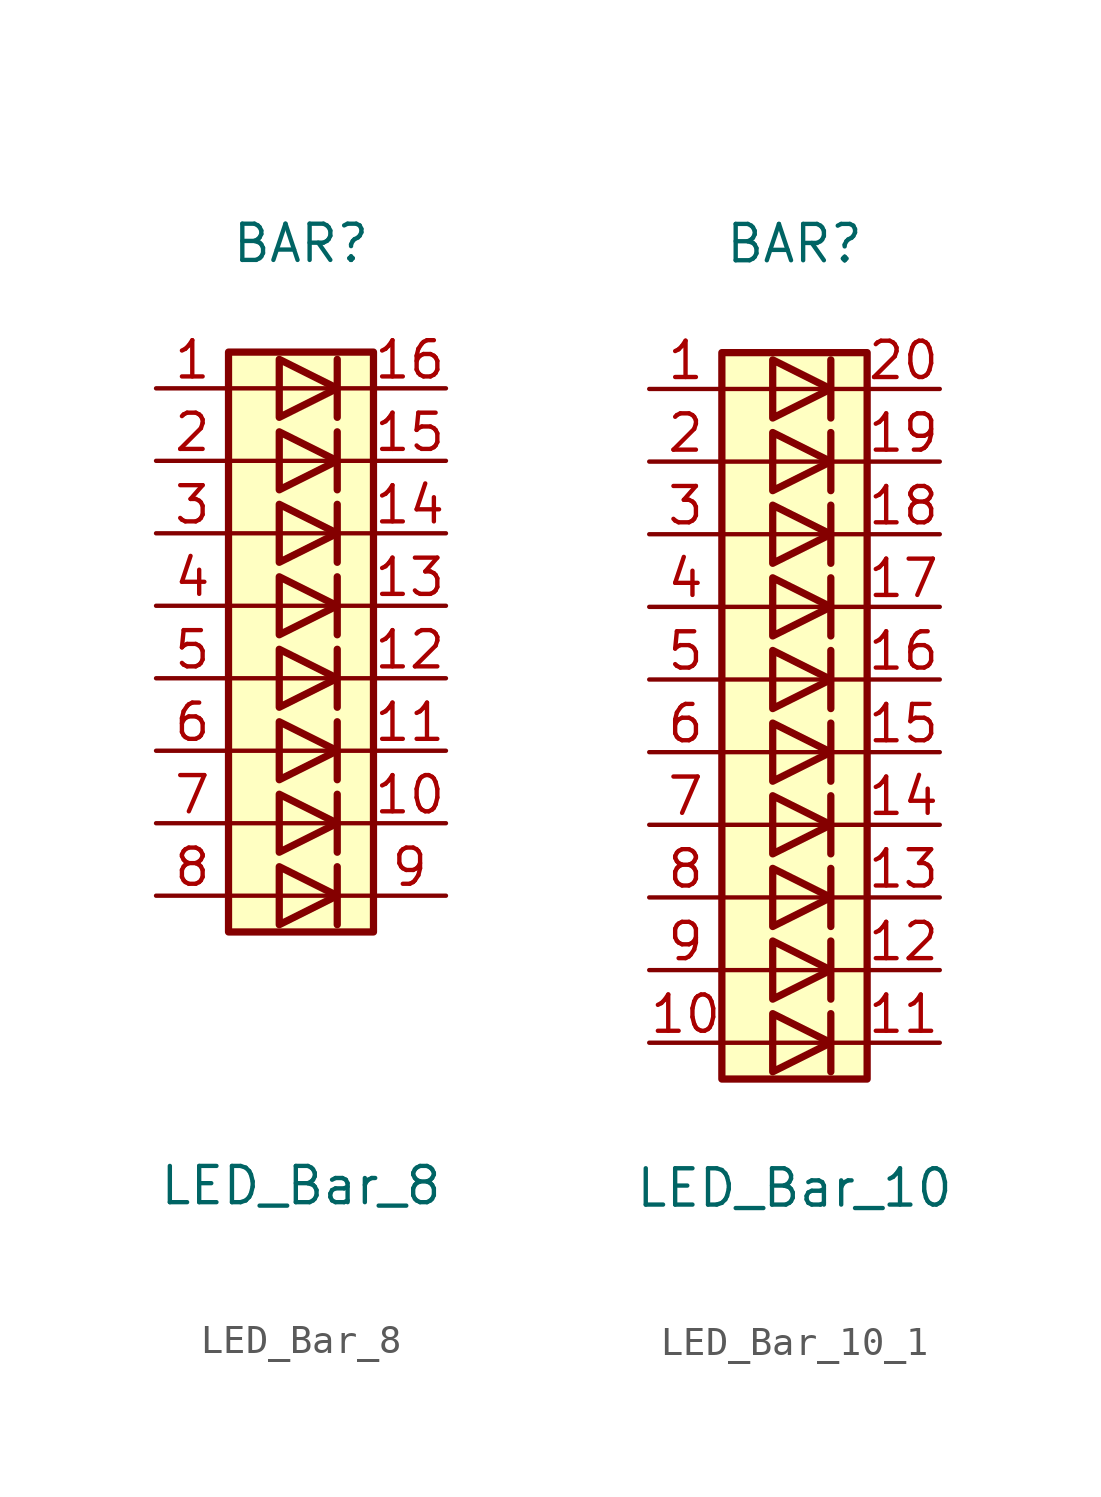
<source format=kicad_sym>
(kicad_symbol_lib
  (version 20241209)
  (generator "kicad_symbol_editor")
  (generator_version "9.0")
  (symbol "LED_Bar_8"
    (pin_names
      (offset 1.016)
      (hide yes))
    (property "Reference" "BAR"
      (at 0 15.24 0)
      (effects (font (size 1.27 1.27))))
    (property "Value" "LED_Bar_8"
      (at 0 -17.78 0)
      (effects (font (size 1.27 1.27))))
    (symbol "LED_Bar_8_0_1"
      (rectangle (start -2.54 11.43) (end 2.54 -8.89) (stroke (width 0.254) (type default)) (fill (type background)))
      (polyline (pts (xy -2.54 10.16) (xy 2.54 10.16)) (stroke (width 0) (type default)) (fill (type none)))
      (polyline (pts (xy -2.54 7.62) (xy 2.54 7.62)) (stroke (width 0) (type default)) (fill (type none)))
      (polyline (pts (xy -2.54 5.08) (xy 2.54 5.08)) (stroke (width 0) (type default)) (fill (type none)))
      (polyline (pts (xy -2.54 0) (xy 2.54 0)) (stroke (width 0) (type default)) (fill (type none)))
      (polyline (pts (xy -2.54 -5.08) (xy 2.54 -5.08)) (stroke (width 0) (type default)) (fill (type none)))
      (polyline (pts (xy -2.54 -7.62) (xy 2.54 -7.62)) (stroke (width 0) (type default)) (fill (type none)))
      (polyline (pts (xy -0.762 11.176) (xy -0.762 9.144) (xy 1.27 10.16) (xy -0.762 11.176)) (stroke (width 0.254) (type default)) (fill (type none)))
      (polyline (pts (xy -0.762 8.636) (xy -0.762 6.604) (xy 1.27 7.62) (xy -0.762 8.636)) (stroke (width 0.254) (type default)) (fill (type none)))
      (polyline (pts (xy -0.762 6.096) (xy -0.762 4.064) (xy 1.27 5.08) (xy -0.762 6.096)) (stroke (width 0.254) (type default)) (fill (type none)))
      (polyline (pts (xy -0.762 3.556) (xy -0.762 1.524) (xy 1.27 2.54) (xy -0.762 3.556)) (stroke (width 0.254) (type default)) (fill (type none)))
      (polyline (pts (xy -0.762 1.016) (xy -0.762 -1.016) (xy 1.27 0) (xy -0.762 1.016)) (stroke (width 0.254) (type default)) (fill (type none)))
      (polyline (pts (xy -0.762 -1.524) (xy -0.762 -3.556) (xy 1.27 -2.54) (xy -0.762 -1.524)) (stroke (width 0.254) (type default)) (fill (type none)))
      (polyline (pts (xy -0.762 -4.064) (xy -0.762 -6.096) (xy 1.27 -5.08) (xy -0.762 -4.064)) (stroke (width 0.254) (type default)) (fill (type none)))
      (polyline (pts (xy -0.762 -6.604) (xy -0.762 -8.636) (xy 1.27 -7.62) (xy -0.762 -6.604)) (stroke (width 0.254) (type default)) (fill (type none)))
      (polyline (pts (xy 1.27 11.176) (xy 1.27 9.144)) (stroke (width 0.254) (type default)) (fill (type none)))
      (polyline (pts (xy 1.27 8.636) (xy 1.27 6.604)) (stroke (width 0.254) (type default)) (fill (type none)))
      (polyline (pts (xy 1.27 6.096) (xy 1.27 4.064)) (stroke (width 0.254) (type default)) (fill (type none)))
      (polyline (pts (xy 1.27 3.556) (xy 1.27 1.524)) (stroke (width 0.254) (type default)) (fill (type none)))
      (polyline (pts (xy 1.27 1.016) (xy 1.27 -1.016)) (stroke (width 0.254) (type default)) (fill (type none)))
      (polyline (pts (xy 1.27 -1.524) (xy 1.27 -3.556)) (stroke (width 0.254) (type default)) (fill (type none)))
      (polyline (pts (xy 1.27 -4.064) (xy 1.27 -6.096)) (stroke (width 0.254) (type default)) (fill (type none)))
      (polyline (pts (xy 1.27 -6.604) (xy 1.27 -8.636)) (stroke (width 0.254) (type default)) (fill (type none)))
      (polyline (pts (xy 2.54 2.54) (xy -2.54 2.54)) (stroke (width 0) (type default)) (fill (type none)))
      (polyline (pts (xy 2.54 -2.54) (xy -2.54 -2.54)) (stroke (width 0) (type default)) (fill (type none))))
    (symbol "LED_Bar_8_1_1"
      (pin passive line (at -5.08 10.16 0) (length 2.54) (name "A" (effects (font (size 1.27 1.27)))) (number "1" (effects (font (size 1.27 1.27)))))
      (pin passive line (at -5.08 7.62 0) (length 2.54) (name "A" (effects (font (size 1.27 1.27)))) (number "2" (effects (font (size 1.27 1.27)))))
      (pin passive line (at -5.08 5.08 0) (length 2.54) (name "A" (effects (font (size 1.27 1.27)))) (number "3" (effects (font (size 1.27 1.27)))))
      (pin passive line (at -5.08 2.54 0) (length 2.54) (name "A" (effects (font (size 1.27 1.27)))) (number "4" (effects (font (size 1.27 1.27)))))
      (pin passive line (at -5.08 0 0) (length 2.54) (name "A" (effects (font (size 1.27 1.27)))) (number "5" (effects (font (size 1.27 1.27)))))
      (pin passive line (at -5.08 -2.54 0) (length 2.54) (name "A" (effects (font (size 1.27 1.27)))) (number "6" (effects (font (size 1.27 1.27)))))
      (pin passive line (at -5.08 -5.08 0) (length 2.54) (name "A" (effects (font (size 1.27 1.27)))) (number "7" (effects (font (size 1.27 1.27)))))
      (pin passive line (at -5.08 -7.62 0) (length 2.54) (name "A" (effects (font (size 1.27 1.27)))) (number "8" (effects (font (size 1.27 1.27)))))
      (pin passive line (at 5.08 10.16 180) (length 2.54) (name "K" (effects (font (size 1.27 1.27)))) (number "16" (effects (font (size 1.27 1.27)))))
      (pin passive line (at 5.08 7.62 180) (length 2.54) (name "K" (effects (font (size 1.27 1.27)))) (number "15" (effects (font (size 1.27 1.27)))))
      (pin passive line (at 5.08 5.08 180) (length 2.54) (name "K" (effects (font (size 1.27 1.27)))) (number "14" (effects (font (size 1.27 1.27)))))
      (pin passive line (at 5.08 2.54 180) (length 2.54) (name "K" (effects (font (size 1.27 1.27)))) (number "13" (effects (font (size 1.27 1.27)))))
      (pin passive line (at 5.08 0 180) (length 2.54) (name "K" (effects (font (size 1.27 1.27)))) (number "12" (effects (font (size 1.27 1.27)))))
      (pin passive line (at 5.08 -2.54 180) (length 2.54) (name "K" (effects (font (size 1.27 1.27)))) (number "11" (effects (font (size 1.27 1.27)))))
      (pin passive line (at 5.08 -5.08 180) (length 2.54) (name "K" (effects (font (size 1.27 1.27)))) (number "10" (effects (font (size 1.27 1.27)))))
      (pin passive line (at 5.08 -7.62 180) (length 2.54) (name "K" (effects (font (size 1.27 1.27)))) (number "9" (effects (font (size 1.27 1.27)))))))
  (symbol "LED_Bar_10_1"
    (pin_names
      (offset 1.016)
      (hide yes))
    (property "Reference" "BAR"
      (at 0 15.24 0)
      (effects (font (size 1.27 1.27))))
    (property "Value" "LED_Bar_10"
      (at 0 -17.78 0)
      (effects (font (size 1.27 1.27))))
    (symbol "LED_Bar_10_1_0_1"
      (rectangle (start -2.54 11.43) (end 2.54 -13.97) (stroke (width 0.254) (type default)) (fill (type background)))
      (polyline (pts (xy -2.54 10.16) (xy 2.54 10.16)) (stroke (width 0) (type default)) (fill (type none)))
      (polyline (pts (xy -2.54 7.62) (xy 2.54 7.62)) (stroke (width 0) (type default)) (fill (type none)))
      (polyline (pts (xy -2.54 5.08) (xy 2.54 5.08)) (stroke (width 0) (type default)) (fill (type none)))
      (polyline (pts (xy -2.54 0) (xy 2.54 0)) (stroke (width 0) (type default)) (fill (type none)))
      (polyline (pts (xy -2.54 -5.08) (xy 2.54 -5.08)) (stroke (width 0) (type default)) (fill (type none)))
      (polyline (pts (xy -2.54 -7.62) (xy 2.54 -7.62)) (stroke (width 0) (type default)) (fill (type none)))
      (polyline (pts (xy -2.54 -10.16) (xy 2.54 -10.16)) (stroke (width 0) (type default)) (fill (type none)))
      (polyline (pts (xy -2.54 -12.7) (xy 2.54 -12.7)) (stroke (width 0) (type default)) (fill (type none)))
      (polyline (pts (xy -0.762 11.176) (xy -0.762 9.144) (xy 1.27 10.16) (xy -0.762 11.176)) (stroke (width 0.254) (type default)) (fill (type none)))
      (polyline (pts (xy -0.762 8.636) (xy -0.762 6.604) (xy 1.27 7.62) (xy -0.762 8.636)) (stroke (width 0.254) (type default)) (fill (type none)))
      (polyline (pts (xy -0.762 6.096) (xy -0.762 4.064) (xy 1.27 5.08) (xy -0.762 6.096)) (stroke (width 0.254) (type default)) (fill (type none)))
      (polyline (pts (xy -0.762 3.556) (xy -0.762 1.524) (xy 1.27 2.54) (xy -0.762 3.556)) (stroke (width 0.254) (type default)) (fill (type none)))
      (polyline (pts (xy -0.762 1.016) (xy -0.762 -1.016) (xy 1.27 0) (xy -0.762 1.016)) (stroke (width 0.254) (type default)) (fill (type none)))
      (polyline (pts (xy -0.762 -1.524) (xy -0.762 -3.556) (xy 1.27 -2.54) (xy -0.762 -1.524)) (stroke (width 0.254) (type default)) (fill (type none)))
      (polyline (pts (xy -0.762 -4.064) (xy -0.762 -6.096) (xy 1.27 -5.08) (xy -0.762 -4.064)) (stroke (width 0.254) (type default)) (fill (type none)))
      (polyline (pts (xy -0.762 -6.604) (xy -0.762 -8.636) (xy 1.27 -7.62) (xy -0.762 -6.604)) (stroke (width 0.254) (type default)) (fill (type none)))
      (polyline (pts (xy -0.762 -9.144) (xy -0.762 -11.176) (xy 1.27 -10.16) (xy -0.762 -9.144)) (stroke (width 0.254) (type default)) (fill (type none)))
      (polyline (pts (xy -0.762 -11.684) (xy -0.762 -13.716) (xy 1.27 -12.7) (xy -0.762 -11.684)) (stroke (width 0.254) (type default)) (fill (type none)))
      (polyline (pts (xy 1.27 11.176) (xy 1.27 9.144)) (stroke (width 0.254) (type default)) (fill (type none)))
      (polyline (pts (xy 1.27 8.636) (xy 1.27 6.604)) (stroke (width 0.254) (type default)) (fill (type none)))
      (polyline (pts (xy 1.27 6.096) (xy 1.27 4.064)) (stroke (width 0.254) (type default)) (fill (type none)))
      (polyline (pts (xy 1.27 3.556) (xy 1.27 1.524)) (stroke (width 0.254) (type default)) (fill (type none)))
      (polyline (pts (xy 1.27 1.016) (xy 1.27 -1.016)) (stroke (width 0.254) (type default)) (fill (type none)))
      (polyline (pts (xy 1.27 -1.524) (xy 1.27 -3.556)) (stroke (width 0.254) (type default)) (fill (type none)))
      (polyline (pts (xy 1.27 -4.064) (xy 1.27 -6.096)) (stroke (width 0.254) (type default)) (fill (type none)))
      (polyline (pts (xy 1.27 -6.604) (xy 1.27 -8.636)) (stroke (width 0.254) (type default)) (fill (type none)))
      (polyline (pts (xy 1.27 -9.144) (xy 1.27 -11.176)) (stroke (width 0.254) (type default)) (fill (type none)))
      (polyline (pts (xy 1.27 -11.684) (xy 1.27 -13.716)) (stroke (width 0.254) (type default)) (fill (type none)))
      (polyline (pts (xy 2.54 2.54) (xy -2.54 2.54)) (stroke (width 0) (type default)) (fill (type none)))
      (polyline (pts (xy 2.54 -2.54) (xy -2.54 -2.54)) (stroke (width 0) (type default)) (fill (type none))))
    (symbol "LED_Bar_10_1_1_1"
      (pin passive line (at -5.08 10.16 0) (length 2.54) (name "A" (effects (font (size 1.27 1.27)))) (number "1" (effects (font (size 1.27 1.27)))))
      (pin passive line (at -5.08 7.62 0) (length 2.54) (name "A" (effects (font (size 1.27 1.27)))) (number "2" (effects (font (size 1.27 1.27)))))
      (pin passive line (at -5.08 5.08 0) (length 2.54) (name "A" (effects (font (size 1.27 1.27)))) (number "3" (effects (font (size 1.27 1.27)))))
      (pin passive line (at -5.08 2.54 0) (length 2.54) (name "A" (effects (font (size 1.27 1.27)))) (number "4" (effects (font (size 1.27 1.27)))))
      (pin passive line (at -5.08 0 0) (length 2.54) (name "A" (effects (font (size 1.27 1.27)))) (number "5" (effects (font (size 1.27 1.27)))))
      (pin passive line (at -5.08 -2.54 0) (length 2.54) (name "A" (effects (font (size 1.27 1.27)))) (number "6" (effects (font (size 1.27 1.27)))))
      (pin passive line (at -5.08 -5.08 0) (length 2.54) (name "A" (effects (font (size 1.27 1.27)))) (number "7" (effects (font (size 1.27 1.27)))))
      (pin passive line (at -5.08 -7.62 0) (length 2.54) (name "A" (effects (font (size 1.27 1.27)))) (number "8" (effects (font (size 1.27 1.27)))))
      (pin passive line (at -5.08 -10.16 0) (length 2.54) (name "A" (effects (font (size 1.27 1.27)))) (number "9" (effects (font (size 1.27 1.27)))))
      (pin passive line (at -5.08 -12.7 0) (length 2.54) (name "A" (effects (font (size 1.27 1.27)))) (number "10" (effects (font (size 1.27 1.27)))))
      (pin passive line (at 5.08 10.16 180) (length 2.54) (name "K" (effects (font (size 1.27 1.27)))) (number "20" (effects (font (size 1.27 1.27)))))
      (pin passive line (at 5.08 7.62 180) (length 2.54) (name "K" (effects (font (size 1.27 1.27)))) (number "19" (effects (font (size 1.27 1.27)))))
      (pin passive line (at 5.08 5.08 180) (length 2.54) (name "K" (effects (font (size 1.27 1.27)))) (number "18" (effects (font (size 1.27 1.27)))))
      (pin passive line (at 5.08 2.54 180) (length 2.54) (name "K" (effects (font (size 1.27 1.27)))) (number "17" (effects (font (size 1.27 1.27)))))
      (pin passive line (at 5.08 0 180) (length 2.54) (name "K" (effects (font (size 1.27 1.27)))) (number "16" (effects (font (size 1.27 1.27)))))
      (pin passive line (at 5.08 -2.54 180) (length 2.54) (name "K" (effects (font (size 1.27 1.27)))) (number "15" (effects (font (size 1.27 1.27)))))
      (pin passive line (at 5.08 -5.08 180) (length 2.54) (name "K" (effects (font (size 1.27 1.27)))) (number "14" (effects (font (size 1.27 1.27)))))
      (pin passive line (at 5.08 -7.62 180) (length 2.54) (name "K" (effects (font (size 1.27 1.27)))) (number "13" (effects (font (size 1.27 1.27)))))
      (pin passive line (at 5.08 -10.16 180) (length 2.54) (name "K" (effects (font (size 1.27 1.27)))) (number "12" (effects (font (size 1.27 1.27)))))
      (pin passive line (at 5.08 -12.7 180) (length 2.54) (name "K" (effects (font (size 1.27 1.27)))) (number "11" (effects (font (size 1.27 1.27))))))))
</source>
